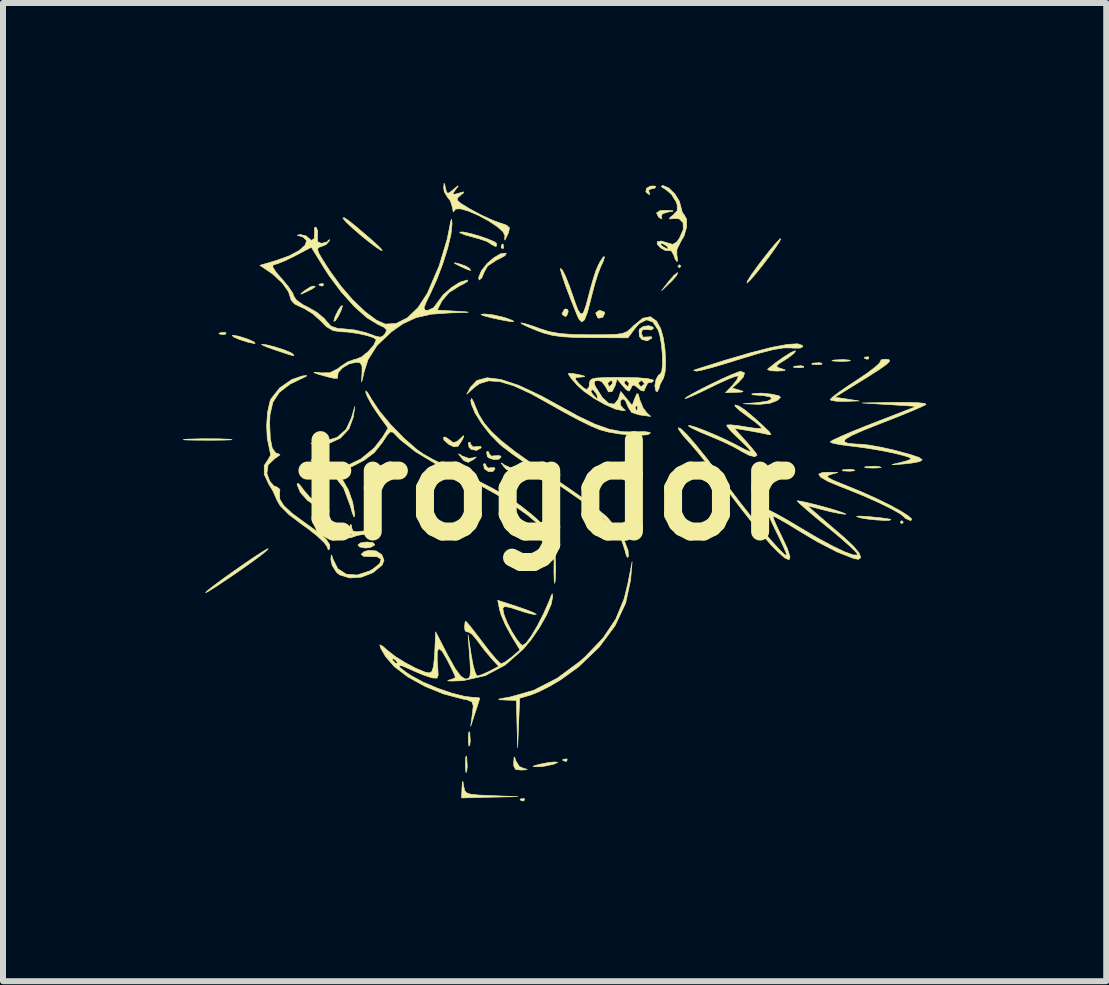
<source format=kicad_pcb>
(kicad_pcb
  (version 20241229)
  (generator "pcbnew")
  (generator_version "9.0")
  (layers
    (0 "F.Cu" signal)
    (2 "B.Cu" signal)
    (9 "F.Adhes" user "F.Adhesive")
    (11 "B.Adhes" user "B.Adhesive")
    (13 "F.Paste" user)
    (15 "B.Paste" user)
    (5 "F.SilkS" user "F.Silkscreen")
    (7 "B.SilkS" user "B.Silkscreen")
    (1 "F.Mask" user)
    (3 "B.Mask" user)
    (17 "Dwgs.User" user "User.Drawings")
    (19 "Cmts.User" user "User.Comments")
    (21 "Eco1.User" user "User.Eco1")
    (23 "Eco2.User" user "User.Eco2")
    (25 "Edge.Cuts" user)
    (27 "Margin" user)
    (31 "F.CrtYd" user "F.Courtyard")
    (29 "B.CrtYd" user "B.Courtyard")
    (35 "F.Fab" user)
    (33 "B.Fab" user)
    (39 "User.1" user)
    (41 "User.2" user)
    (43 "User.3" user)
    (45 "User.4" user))
  (footprint "trogdor"
    (layer "F.Cu")
    (at 6.068 5.123)
    (property "Reference" "trogdor" (at 0 0 0) (layer "F.SilkS") (effects (font (size 1.524 1.524) (thickness 0.3))))
    (attr through_hole)
    (fp_poly (pts (xy 2.235 -3.734) (xy 2.21 -3.708) (xy 2.184 -3.734) (xy 2.21 -3.759) (xy 2.235 -3.734)) (stroke (width 0.01) (type solid)) (fill yes) (layer "F.SilkS"))
    (fp_poly (pts (xy 5.944 0.533) (xy 5.918 0.559) (xy 5.893 0.533) (xy 5.918 0.508) (xy 5.944 0.533)) (stroke (width 0.01) (type solid)) (fill yes) (layer "F.SilkS"))
    (fp_poly (pts (xy -5.348 -2.621) (xy -5.363 -2.598) (xy -5.414 -2.595) (xy -5.469 -2.607) (xy -5.445 -2.626) (xy -5.366 -2.632) (xy -5.348 -2.621)) (stroke (width 0.01) (type solid)) (fill yes) (layer "F.SilkS"))
    (fp_poly (pts (xy -3.725 -3.437) (xy -3.732 -3.407) (xy -3.759 -3.404) (xy -3.801 -3.422) (xy -3.793 -3.437) (xy -3.733 -3.444) (xy -3.725 -3.437)) (stroke (width 0.01) (type solid)) (fill yes) (layer "F.SilkS"))
    (fp_poly (pts (xy -0.728 -4.098) (xy -0.722 -4.038) (xy -0.728 -4.03) (xy -0.758 -4.037) (xy -0.762 -4.064) (xy -0.743 -4.106) (xy -0.728 -4.098)) (stroke (width 0.01) (type solid)) (fill yes) (layer "F.SilkS"))
    (fp_poly (pts (xy -0.373 5.148) (xy -0.38 5.178) (xy -0.406 5.182) (xy -0.448 5.163) (xy -0.44 5.148) (xy -0.38 5.142) (xy -0.373 5.148)) (stroke (width 0.01) (type solid)) (fill yes) (layer "F.SilkS"))
    (fp_poly (pts (xy 0.339 4.487) (xy 0.332 4.518) (xy 0.305 4.521) (xy 0.263 4.503) (xy 0.271 4.487) (xy 0.331 4.481) (xy 0.339 4.487)) (stroke (width 0.01) (type solid)) (fill yes) (layer "F.SilkS"))
    (fp_poly (pts (xy 5.368 -2.218) (xy 5.361 -2.188) (xy 5.334 -2.184) (xy 5.292 -2.203) (xy 5.3 -2.218) (xy 5.36 -2.224) (xy 5.368 -2.218)) (stroke (width 0.01) (type solid)) (fill yes) (layer "F.SilkS"))
    (fp_poly (pts (xy -3.861 -3.394) (xy -3.908 -3.359) (xy -4.013 -3.306) (xy -4.098 -3.268) (xy -4.097 -3.279) (xy -4.042 -3.325) (xy -3.947 -3.386) (xy -3.893 -3.404) (xy -3.861 -3.394)) (stroke (width 0.01) (type solid)) (fill yes) (layer "F.SilkS"))
    (fp_poly (pts (xy -1.336 4.458) (xy -1.327 4.606) (xy -1.336 4.686) (xy -1.348 4.71) (xy -1.356 4.647) (xy -1.358 4.572) (xy -1.354 4.462) (xy -1.344 4.432) (xy -1.336 4.458)) (stroke (width 0.01) (type solid)) (fill yes) (layer "F.SilkS"))
    (fp_poly (pts (xy -1.285 4.052) (xy -1.277 4.184) (xy -1.286 4.255) (xy -1.3 4.267) (xy -1.307 4.194) (xy -1.308 4.14) (xy -1.303 4.042) (xy -1.292 4.027) (xy -1.285 4.052)) (stroke (width 0.01) (type solid)) (fill yes) (layer "F.SilkS"))
    (fp_poly (pts (xy 0.348 -3.011) (xy 0.356 -2.975) (xy 0.329 -2.905) (xy 0.305 -2.896) (xy 0.255 -2.932) (xy 0.254 -2.943) (xy 0.291 -3.012) (xy 0.305 -3.023) (xy 0.348 -3.011)) (stroke (width 0.01) (type solid)) (fill yes) (layer "F.SilkS"))
    (fp_poly (pts (xy 0.957 -2.971) (xy 0.965 -2.949) (xy 0.932 -2.883) (xy 0.866 -2.867) (xy 0.845 -2.88) (xy 0.814 -2.954) (xy 0.869 -2.996) (xy 0.889 -2.997) (xy 0.957 -2.971)) (stroke (width 0.01) (type solid)) (fill yes) (layer "F.SilkS"))
    (fp_poly (pts (xy 2.182 -3.624) (xy 2.163 -3.58) (xy 2.09 -3.496) (xy 2.059 -3.466) (xy 1.914 -3.327) (xy 2.036 -3.486) (xy 2.119 -3.581) (xy 2.174 -3.625) (xy 2.182 -3.624)) (stroke (width 0.01) (type solid)) (fill yes) (layer "F.SilkS"))
    (fp_poly (pts (xy 4.281 -2.065) (xy 4.283 -2.049) (xy 4.203 -2.042) (xy 4.191 -2.042) (xy 4.112 -2.049) (xy 4.12 -2.065) (xy 4.128 -2.067) (xy 4.239 -2.075) (xy 4.281 -2.065)) (stroke (width 0.01) (type solid)) (fill yes) (layer "F.SilkS"))
    (fp_poly (pts (xy 4.586 -2.116) (xy 4.587 -2.099) (xy 4.508 -2.093) (xy 4.496 -2.093) (xy 4.417 -2.1) (xy 4.425 -2.115) (xy 4.433 -2.118) (xy 4.544 -2.125) (xy 4.586 -2.116)) (stroke (width 0.01) (type solid)) (fill yes) (layer "F.SilkS"))
    (fp_poly (pts (xy 5.043 -2.169) (xy 5.063 -2.157) (xy 4.996 -2.15) (xy 4.902 -2.148) (xy 4.787 -2.152) (xy 4.753 -2.161) (xy 4.789 -2.17) (xy 4.939 -2.178) (xy 5.043 -2.169)) (stroke (width 0.01) (type solid)) (fill yes) (layer "F.SilkS"))
    (fp_poly (pts (xy 5.118 -0.34) (xy 5.134 -0.325) (xy 5.064 -0.317) (xy 5.029 -0.317) (xy 4.937 -0.322) (xy 4.926 -0.335) (xy 4.94 -0.34) (xy 5.069 -0.348) (xy 5.118 -0.34)) (stroke (width 0.01) (type solid)) (fill yes) (layer "F.SilkS"))
    (fp_poly (pts (xy 5.55 -0.391) (xy 5.574 -0.379) (xy 5.51 -0.371) (xy 5.436 -0.369) (xy 5.326 -0.373) (xy 5.296 -0.384) (xy 5.321 -0.391) (xy 5.469 -0.4) (xy 5.55 -0.391)) (stroke (width 0.01) (type solid)) (fill yes) (layer "F.SilkS"))
    (fp_poly (pts (xy -1.473 -3.778) (xy -1.357 -3.738) (xy -1.298 -3.703) (xy -1.267 -3.665) (xy -1.309 -3.673) (xy -1.43 -3.727) (xy -1.448 -3.736) (xy -1.538 -3.781) (xy -1.538 -3.792) (xy -1.473 -3.778)) (stroke (width 0.01) (type solid)) (fill yes) (layer "F.SilkS"))
    (fp_poly (pts (xy -3.407 -3.073) (xy -3.431 -2.995) (xy -3.48 -2.896) (xy -3.53 -2.822) (xy -3.552 -2.818) (xy -3.552 -2.819) (xy -3.529 -2.897) (xy -3.48 -2.997) (xy -3.429 -3.071) (xy -3.407 -3.075) (xy -3.407 -3.073)) (stroke (width 0.01) (type solid)) (fill yes) (layer "F.SilkS"))
    (fp_poly (pts (xy -2.893 0.877) (xy -2.869 0.913) (xy -2.87 0.914) (xy -2.94 0.954) (xy -3.026 0.965) (xy -3.12 0.947) (xy -3.15 0.914) (xy -3.105 0.879) (xy -2.999 0.864) (xy -2.994 0.864) (xy -2.893 0.877)) (stroke (width 0.01) (type solid)) (fill yes) (layer "F.SilkS"))
    (fp_poly (pts (xy -0.736 -0.442) (xy -0.701 -0.415) (xy -0.606 -0.375) (xy -0.553 -0.384) (xy -0.516 -0.393) (xy -0.529 -0.363) (xy -0.597 -0.308) (xy -0.679 -0.35) (xy -0.718 -0.394) (xy -0.762 -0.454) (xy -0.736 -0.442)) (stroke (width 0.01) (type solid)) (fill yes) (layer "F.SilkS"))
    (fp_poly (pts (xy 0.182 4.537) (xy 0.143 4.558) (xy 0.102 4.572) (xy -0.051 4.604) (xy -0.152 4.612) (xy -0.229 4.608) (xy -0.214 4.596) (xy -0.127 4.572) (xy 0.018 4.543) (xy 0.127 4.532) (xy 0.182 4.537)) (stroke (width 0.01) (type solid)) (fill yes) (layer "F.SilkS"))
    (fp_poly (pts (xy -3.227 -1.219) (xy -3.3 -1.021) (xy -3.443 -0.867) (xy -3.632 -0.78) (xy -3.747 -0.768) (xy -3.937 -0.775) (xy -3.723 -0.81) (xy -3.498 -0.88) (xy -3.347 -1.013) (xy -3.256 -1.211) (xy -3.202 -1.397) (xy -3.227 -1.219)) (stroke (width 0.01) (type solid)) (fill yes) (layer "F.SilkS"))
    (fp_poly (pts (xy -1.448 -0.595) (xy -1.416 -0.571) (xy -1.304 -0.531) (xy -1.238 -0.537) (xy -1.177 -0.553) (xy -1.205 -0.524) (xy -1.219 -0.514) (xy -1.312 -0.464) (xy -1.381 -0.491) (xy -1.429 -0.546) (xy -1.473 -0.606) (xy -1.448 -0.595)) (stroke (width 0.01) (type solid)) (fill yes) (layer "F.SilkS"))
    (fp_poly (pts (xy -1.273 -0.79) (xy -1.27 -0.765) (xy -1.231 -0.721) (xy -1.168 -0.726) (xy -1.1 -0.729) (xy -1.095 -0.706) (xy -1.171 -0.663) (xy -1.263 -0.681) (xy -1.297 -0.715) (xy -1.309 -0.785) (xy -1.3 -0.799) (xy -1.273 -0.79)) (stroke (width 0.01) (type solid)) (fill yes) (layer "F.SilkS"))
    (fp_poly (pts (xy -0.533 4.46) (xy -0.523 4.505) (xy -0.459 4.607) (xy -0.391 4.638) (xy -0.328 4.654) (xy -0.36 4.663) (xy -0.419 4.667) (xy -0.52 4.658) (xy -0.552 4.596) (xy -0.552 4.534) (xy -0.545 4.449) (xy -0.533 4.46)) (stroke (width 0.01) (type solid)) (fill yes) (layer "F.SilkS"))
    (fp_poly (pts (xy 0.135 1.068) (xy 0.139 1.106) (xy 0.147 1.298) (xy 0.141 1.487) (xy 0.139 1.513) (xy 0.13 1.554) (xy 0.123 1.505) (xy 0.119 1.377) (xy 0.119 1.295) (xy 0.121 1.138) (xy 0.127 1.06) (xy 0.135 1.068)) (stroke (width 0.01) (type solid)) (fill yes) (layer "F.SilkS"))
    (fp_poly (pts (xy -5.136 -2.566) (xy -5 -2.523) (xy -4.978 -2.515) (xy -4.884 -2.472) (xy -4.864 -2.448) (xy -4.877 -2.446) (xy -4.973 -2.464) (xy -5.109 -2.507) (xy -5.131 -2.515) (xy -5.225 -2.557) (xy -5.245 -2.581) (xy -5.232 -2.583) (xy -5.136 -2.566)) (stroke (width 0.01) (type solid)) (fill yes) (layer "F.SilkS"))
    (fp_poly (pts (xy -1.019 -0.434) (xy -1.016 -0.409) (xy -0.98 -0.368) (xy -0.94 -0.374) (xy -0.874 -0.375) (xy -0.864 -0.354) (xy -0.9 -0.311) (xy -0.977 -0.312) (xy -1.042 -0.357) (xy -1.043 -0.359) (xy -1.055 -0.43) (xy -1.046 -0.444) (xy -1.019 -0.434)) (stroke (width 0.01) (type solid)) (fill yes) (layer "F.SilkS"))
    (fp_poly (pts (xy -0.968 -0.637) (xy -0.965 -0.612) (xy -0.926 -0.568) (xy -0.864 -0.574) (xy -0.783 -0.576) (xy -0.762 -0.554) (xy -0.801 -0.516) (xy -0.887 -0.511) (xy -0.969 -0.539) (xy -0.993 -0.562) (xy -1.004 -0.633) (xy -0.996 -0.647) (xy -0.968 -0.637)) (stroke (width 0.01) (type solid)) (fill yes) (layer "F.SilkS"))
    (fp_poly (pts (xy -0.892 -2.922) (xy -0.717 -2.881) (xy -0.686 -2.872) (xy -0.573 -2.83) (xy -0.552 -2.81) (xy -0.617 -2.813) (xy -0.76 -2.839) (xy -0.914 -2.872) (xy -1.055 -2.909) (xy -1.098 -2.93) (xy -1.043 -2.938) (xy -1.041 -2.938) (xy -0.892 -2.922)) (stroke (width 0.01) (type solid)) (fill yes) (layer "F.SilkS"))
    (fp_poly (pts (xy 1.814 -5.061) (xy 1.801 -5.035) (xy 1.758 -5.029) (xy 1.699 -5.007) (xy 1.702 -4.978) (xy 1.715 -4.931) (xy 1.708 -4.928) (xy 1.661 -4.963) (xy 1.651 -4.979) (xy 1.661 -5.032) (xy 1.726 -5.07) (xy 1.798 -5.072) (xy 1.814 -5.061)) (stroke (width 0.01) (type solid)) (fill yes) (layer "F.SilkS"))
    (fp_poly (pts (xy 2.098 -4.66) (xy 2.105 -4.652) (xy 2.02 -4.637) (xy 2.018 -4.637) (xy 1.927 -4.608) (xy 1.907 -4.569) (xy 1.918 -4.523) (xy 1.872 -4.546) (xy 1.863 -4.555) (xy 1.829 -4.623) (xy 1.888 -4.661) (xy 1.994 -4.666) (xy 2.098 -4.66)) (stroke (width 0.01) (type solid)) (fill yes) (layer "F.SilkS"))
    (fp_poly (pts (xy -5.476 -0.856) (xy -5.319 -0.85) (xy -5.25 -0.844) (xy -5.275 -0.839) (xy -5.384 -0.835) (xy -5.569 -0.833) (xy -5.664 -0.833) (xy -5.875 -0.834) (xy -6.011 -0.837) (xy -6.063 -0.842) (xy -6.025 -0.848) (xy -5.98 -0.851) (xy -5.737 -0.857) (xy -5.476 -0.856)) (stroke (width 0.01) (type solid)) (fill yes) (layer "F.SilkS"))
    (fp_poly (pts (xy -4.668 -2.422) (xy -4.53 -2.387) (xy -4.383 -2.34) (xy -4.273 -2.295) (xy -4.244 -2.277) (xy -4.216 -2.25) (xy -4.226 -2.243) (xy -4.291 -2.259) (xy -4.428 -2.304) (xy -4.521 -2.335) (xy -4.662 -2.385) (xy -4.746 -2.421) (xy -4.756 -2.433) (xy -4.668 -2.422)) (stroke (width 0.01) (type solid)) (fill yes) (layer "F.SilkS"))
    (fp_poly (pts (xy -1.387 -0.889) (xy -1.418 -0.826) (xy -1.48 -0.733) (xy -1.551 -0.723) (xy -1.638 -0.766) (xy -1.712 -0.833) (xy -1.727 -0.874) (xy -1.697 -0.888) (xy -1.635 -0.847) (xy -1.559 -0.792) (xy -1.497 -0.811) (xy -1.452 -0.852) (xy -1.388 -0.909) (xy -1.387 -0.889)) (stroke (width 0.01) (type solid)) (fill yes) (layer "F.SilkS"))
    (fp_poly (pts (xy -1.386 4.938) (xy -1.372 5.005) (xy -1.341 5.046) (xy -1.271 5.07) (xy -1.143 5.083) (xy -0.935 5.093) (xy -0.924 5.093) (xy -0.483 5.11) (xy -0.953 5.12) (xy -1.422 5.131) (xy -1.415 4.966) (xy -1.408 4.863) (xy -1.4 4.857) (xy -1.386 4.938)) (stroke (width 0.01) (type solid)) (fill yes) (layer "F.SilkS"))
    (fp_poly (pts (xy 5.364 0.441) (xy 5.385 0.443) (xy 5.557 0.46) (xy 5.684 0.477) (xy 5.736 0.489) (xy 5.713 0.503) (xy 5.62 0.504) (xy 5.487 0.496) (xy 5.345 0.481) (xy 5.224 0.46) (xy 5.207 0.455) (xy 5.164 0.437) (xy 5.218 0.432) (xy 5.364 0.441)) (stroke (width 0.01) (type solid)) (fill yes) (layer "F.SilkS"))
    (fp_poly (pts (xy -3.31 -4.498) (xy -3.183 -4.396) (xy -2.991 -4.233) (xy -2.903 -4.156) (xy -2.787 -4.049) (xy -2.744 -3.998) (xy -2.766 -4) (xy -2.845 -4.05) (xy -2.971 -4.145) (xy -3.083 -4.235) (xy -3.23 -4.362) (xy -3.341 -4.466) (xy -3.397 -4.53) (xy -3.4 -4.538) (xy -3.38 -4.543) (xy -3.31 -4.498)) (stroke (width 0.01) (type solid)) (fill yes) (layer "F.SilkS"))
    (fp_poly (pts (xy -0.676 -3.945) (xy -0.7 -3.91) (xy -0.793 -3.858) (xy -0.831 -3.842) (xy -0.988 -3.739) (xy -1.045 -3.636) (xy -1.086 -3.539) (xy -1.128 -3.505) (xy -1.138 -3.543) (xy -1.1 -3.637) (xy -1.082 -3.67) (xy -0.994 -3.781) (xy -0.88 -3.878) (xy -0.769 -3.942) (xy -0.688 -3.952) (xy -0.676 -3.945)) (stroke (width 0.01) (type solid)) (fill yes) (layer "F.SilkS"))
    (fp_poly (pts (xy -4.089 -0.05) (xy -4.066 -0.015) (xy -3.954 0.116) (xy -3.804 0.232) (xy -3.774 0.249) (xy -3.669 0.311) (xy -3.626 0.348) (xy -3.632 0.353) (xy -3.709 0.333) (xy -3.827 0.281) (xy -3.835 0.277) (xy -3.992 0.169) (xy -4.11 0.037) (xy -4.163 -0.088) (xy -4.164 -0.102) (xy -4.143 -0.113) (xy -4.089 -0.05)) (stroke (width 0.01) (type solid)) (fill yes) (layer "F.SilkS"))
    (fp_poly (pts (xy -1.272 -4.279) (xy -1.122 -4.236) (xy -0.977 -4.186) (xy -0.871 -4.139) (xy -0.838 -4.114) (xy -0.841 -4.068) (xy -0.858 -4.064) (xy -0.93 -4.101) (xy -0.937 -4.11) (xy -0.999 -4.147) (xy -1.126 -4.191) (xy -1.222 -4.217) (xy -1.361 -4.256) (xy -1.443 -4.289) (xy -1.454 -4.303) (xy -1.394 -4.305) (xy -1.272 -4.279)) (stroke (width 0.01) (type solid)) (fill yes) (layer "F.SilkS"))
    (fp_poly (pts (xy 3.881 -4.148) (xy 3.814 -4.046) (xy 3.716 -3.909) (xy 3.603 -3.76) (xy 3.492 -3.621) (xy 3.4 -3.513) (xy 3.344 -3.46) (xy 3.337 -3.457) (xy 3.348 -3.493) (xy 3.411 -3.591) (xy 3.514 -3.735) (xy 3.589 -3.834) (xy 3.716 -3.996) (xy 3.82 -4.119) (xy 3.885 -4.187) (xy 3.899 -4.195) (xy 3.881 -4.148)) (stroke (width 0.01) (type solid)) (fill yes) (layer "F.SilkS"))
    (fp_poly (pts (xy 1.769 -2.719) (xy 1.778 -2.697) (xy 1.738 -2.671) (xy 1.676 -2.678) (xy 1.594 -2.675) (xy 1.575 -2.616) (xy 1.603 -2.552) (xy 1.676 -2.555) (xy 1.745 -2.558) (xy 1.75 -2.535) (xy 1.675 -2.491) (xy 1.585 -2.512) (xy 1.543 -2.563) (xy 1.537 -2.661) (xy 1.548 -2.69) (xy 1.612 -2.731) (xy 1.702 -2.742) (xy 1.769 -2.719)) (stroke (width 0.01) (type solid)) (fill yes) (layer "F.SilkS"))
    (fp_poly (pts (xy 4.146 -2.322) (xy 4.123 -2.284) (xy 4.035 -2.215) (xy 3.98 -2.179) (xy 3.865 -2.106) (xy 3.828 -2.066) (xy 3.862 -2.042) (xy 3.913 -2.026) (xy 3.976 -2.004) (xy 3.953 -1.992) (xy 3.838 -1.986) (xy 3.725 -1.992) (xy 3.68 -2.012) (xy 3.686 -2.022) (xy 3.818 -2.127) (xy 3.955 -2.223) (xy 4.07 -2.295) (xy 4.139 -2.324) (xy 4.146 -2.322)) (stroke (width 0.01) (type solid)) (fill yes) (layer "F.SilkS"))
    (fp_poly (pts (xy -4.677 1.011) (xy -4.777 1.092) (xy -4.932 1.206) (xy -5.125 1.343) (xy -5.157 1.365) (xy -5.357 1.501) (xy -5.522 1.61) (xy -5.638 1.683) (xy -5.689 1.71) (xy -5.69 1.709) (xy -5.651 1.67) (xy -5.548 1.589) (xy -5.401 1.48) (xy -5.227 1.356) (xy -5.047 1.23) (xy -4.88 1.117) (xy -4.746 1.03) (xy -4.662 0.981) (xy -4.645 0.977) (xy -4.677 1.011)) (stroke (width 0.01) (type solid)) (fill yes) (layer "F.SilkS"))
    (fp_poly (pts (xy 3.742 -1.602) (xy 3.753 -1.6) (xy 3.868 -1.574) (xy 3.896 -1.548) (xy 3.851 -1.504) (xy 3.838 -1.494) (xy 3.721 -1.449) (xy 3.552 -1.431) (xy 3.508 -1.432) (xy 3.277 -1.441) (xy 3.518 -1.46) (xy 3.679 -1.485) (xy 3.75 -1.52) (xy 3.727 -1.554) (xy 3.609 -1.578) (xy 3.543 -1.582) (xy 3.434 -1.59) (xy 3.416 -1.603) (xy 3.448 -1.612) (xy 3.582 -1.618) (xy 3.742 -1.602)) (stroke (width 0.01) (type solid)) (fill yes) (layer "F.SilkS"))
    (fp_poly (pts (xy 4.261 -2.413) (xy 4.267 -2.392) (xy 4.223 -2.369) (xy 4.113 -2.368) (xy 4.075 -2.372) (xy 3.946 -2.372) (xy 3.766 -2.342) (xy 3.52 -2.278) (xy 3.23 -2.19) (xy 2.983 -2.113) (xy 2.766 -2.049) (xy 2.599 -2.005) (xy 2.504 -1.986) (xy 2.495 -1.985) (xy 2.45 -1.996) (xy 2.464 -2.006) (xy 2.975 -2.168) (xy 3.404 -2.293) (xy 3.749 -2.381) (xy 4.009 -2.43) (xy 4.18 -2.441) (xy 4.261 -2.413)) (stroke (width 0.01) (type solid)) (fill yes) (layer "F.SilkS"))
    (fp_poly (pts (xy 5.704 -2.178) (xy 5.716 -2.152) (xy 5.667 -2.101) (xy 5.549 -2.017) (xy 5.355 -1.892) (xy 5.248 -1.826) (xy 4.801 -1.55) (xy 5.207 -1.488) (xy 4.966 -1.48) (xy 4.825 -1.483) (xy 4.738 -1.499) (xy 4.724 -1.511) (xy 4.765 -1.553) (xy 4.873 -1.635) (xy 5.031 -1.744) (xy 5.154 -1.824) (xy 5.332 -1.944) (xy 5.468 -2.046) (xy 5.546 -2.117) (xy 5.558 -2.142) (xy 5.578 -2.175) (xy 5.639 -2.184) (xy 5.704 -2.178)) (stroke (width 0.01) (type solid)) (fill yes) (layer "F.SilkS"))
    (fp_poly (pts (xy -3.256 0.595) (xy -3.255 0.623) (xy -3.236 0.679) (xy -3.169 0.694) (xy -3.055 0.681) (xy -2.92 0.669) (xy -2.85 0.697) (xy -2.826 0.738) (xy -2.811 0.798) (xy -2.853 0.776) (xy -2.868 0.764) (xy -2.982 0.726) (xy -3.159 0.754) (xy -3.272 0.793) (xy -3.338 0.799) (xy -3.349 0.78) (xy -3.337 0.737) (xy -3.302 0.737) (xy -3.277 0.762) (xy -3.251 0.737) (xy -3.277 0.711) (xy -3.302 0.737) (xy -3.337 0.737) (xy -3.328 0.702) (xy -3.302 0.635) (xy -3.268 0.569) (xy -3.256 0.595)) (stroke (width 0.01) (type solid)) (fill yes) (layer "F.SilkS"))
    (fp_poly (pts (xy -2.846 1.013) (xy -2.753 1.076) (xy -2.715 1.167) (xy -2.745 1.247) (xy -2.901 1.376) (xy -3.092 1.45) (xy -3.285 1.464) (xy -3.452 1.413) (xy -3.505 1.372) (xy -3.579 1.256) (xy -3.601 1.156) (xy -3.594 1.08) (xy -3.581 1.101) (xy -3.57 1.143) (xy -3.487 1.309) (xy -3.345 1.401) (xy -3.163 1.415) (xy -2.956 1.348) (xy -2.905 1.319) (xy -2.788 1.226) (xy -2.763 1.152) (xy -2.828 1.11) (xy -2.939 1.108) (xy -3.058 1.102) (xy -3.096 1.068) (xy -3.047 1.025) (xy -2.973 1.004) (xy -2.846 1.013)) (stroke (width 0.01) (type solid)) (fill yes) (layer "F.SilkS"))
    (fp_poly (pts (xy 1.396 1.499) (xy 1.314 1.883) (xy 1.137 2.259) (xy 0.873 2.616) (xy 0.53 2.944) (xy 0.235 3.158) (xy 0.05 3.268) (xy -0.132 3.36) (xy -0.261 3.412) (xy -0.453 3.469) (xy -0.47 3.881) (xy -0.487 4.293) (xy -0.508 3.505) (xy -0.699 3.499) (xy -0.793 3.494) (xy -0.804 3.485) (xy -0.726 3.468) (xy -0.61 3.448) (xy -0.222 3.338) (xy 0.171 3.137) (xy 0.555 2.853) (xy 0.643 2.774) (xy 0.939 2.464) (xy 1.149 2.15) (xy 1.29 1.808) (xy 1.351 1.558) (xy 1.422 1.194) (xy 1.396 1.499)) (stroke (width 0.01) (type solid)) (fill yes) (layer "F.SilkS"))
    (fp_poly (pts (xy 4.851 -0.295) (xy 4.729 -0.26) (xy 4.68 -0.239) (xy 4.689 -0.21) (xy 4.77 -0.167) (xy 4.932 -0.1) (xy 4.983 -0.08) (xy 5.239 0.025) (xy 5.483 0.134) (xy 5.704 0.242) (xy 5.886 0.34) (xy 6.017 0.422) (xy 6.083 0.479) (xy 6.071 0.506) (xy 6.061 0.506) (xy 5.98 0.471) (xy 5.968 0.456) (xy 5.897 0.397) (xy 5.748 0.312) (xy 5.538 0.209) (xy 5.285 0.096) (xy 5.007 -0.017) (xy 4.914 -0.053) (xy 4.694 -0.144) (xy 4.566 -0.216) (xy 4.533 -0.267) (xy 4.595 -0.295) (xy 4.724 -0.299) (xy 4.851 -0.295)) (stroke (width 0.01) (type solid)) (fill yes) (layer "F.SilkS"))
    (fp_poly (pts (xy 3.297 -1.955) (xy 3.274 -1.884) (xy 3.196 -1.799) (xy 3.089 -1.703) (xy 3.208 -1.669) (xy 3.272 -1.647) (xy 3.249 -1.636) (xy 3.153 -1.631) (xy 2.979 -1.626) (xy 3.099 -1.752) (xy 3.171 -1.844) (xy 3.194 -1.902) (xy 3.191 -1.906) (xy 3.137 -1.896) (xy 3.015 -1.849) (xy 2.846 -1.772) (xy 2.757 -1.728) (xy 2.571 -1.638) (xy 2.419 -1.569) (xy 2.323 -1.531) (xy 2.305 -1.528) (xy 2.328 -1.55) (xy 2.426 -1.607) (xy 2.581 -1.689) (xy 2.714 -1.756) (xy 2.914 -1.852) (xy 3.083 -1.927) (xy 3.2 -1.973) (xy 3.235 -1.981) (xy 3.297 -1.955)) (stroke (width 0.01) (type solid)) (fill yes) (layer "F.SilkS"))
    (fp_poly (pts (xy -0.766 -1.846) (xy -0.468 -1.747) (xy -0.103 -1.576) (xy 0.175 -1.424) (xy 0.519 -1.235) (xy 0.801 -1.101) (xy 1.039 -1.017) (xy 1.252 -0.975) (xy 1.458 -0.97) (xy 1.496 -0.973) (xy 1.633 -0.976) (xy 1.716 -0.964) (xy 1.727 -0.953) (xy 1.682 -0.925) (xy 1.563 -0.915) (xy 1.396 -0.92) (xy 1.209 -0.938) (xy 1.027 -0.969) (xy 0.886 -1.007) (xy 0.737 -1.069) (xy 0.531 -1.17) (xy 0.296 -1.295) (xy 0.098 -1.407) (xy -0.259 -1.606) (xy -0.55 -1.74) (xy -0.784 -1.811) (xy -0.972 -1.823) (xy -1.123 -1.777) (xy -1.21 -1.714) (xy -1.335 -1.6) (xy -1.275 -1.714) (xy -1.167 -1.829) (xy -0.998 -1.874) (xy -0.766 -1.846)) (stroke (width 0.01) (type solid)) (fill yes) (layer "F.SilkS"))
    (fp_poly (pts (xy 0.962 -3.891) (xy 0.942 -3.821) (xy 0.895 -3.719) (xy 0.85 -3.603) (xy 0.795 -3.424) (xy 0.741 -3.217) (xy 0.734 -3.188) (xy 0.677 -2.967) (xy 0.628 -2.841) (xy 0.583 -2.804) (xy 0.537 -2.849) (xy 0.509 -2.908) (xy 0.404 -3.17) (xy 0.318 -3.395) (xy 0.258 -3.569) (xy 0.228 -3.674) (xy 0.227 -3.699) (xy 0.258 -3.671) (xy 0.311 -3.566) (xy 0.376 -3.403) (xy 0.446 -3.203) (xy 0.455 -3.175) (xy 0.517 -3.006) (xy 0.567 -2.935) (xy 0.61 -2.959) (xy 0.652 -3.076) (xy 0.657 -3.092) (xy 0.725 -3.352) (xy 0.777 -3.533) (xy 0.818 -3.658) (xy 0.856 -3.748) (xy 0.888 -3.81) (xy 0.943 -3.891) (xy 0.962 -3.891)) (stroke (width 0.01) (type solid)) (fill yes) (layer "F.SilkS"))
    (fp_poly (pts (xy -1.22 -1.468) (xy -1.199 -1.414) (xy -1.134 -1.261) (xy -1.045 -1.117) (xy -0.922 -0.973) (xy -0.755 -0.819) (xy -0.533 -0.644) (xy -0.244 -0.44) (xy 0.121 -0.195) (xy 0.146 -0.179) (xy 0.395 -0.011) (xy 0.63 0.156) (xy 0.83 0.306) (xy 0.974 0.423) (xy 1.016 0.463) (xy 1.172 0.65) (xy 1.289 0.839) (xy 1.354 1.006) (xy 1.36 1.107) (xy 1.34 1.12) (xy 1.313 1.049) (xy 1.304 1.007) (xy 1.256 0.859) (xy 1.168 0.708) (xy 1.03 0.549) (xy 0.834 0.372) (xy 0.573 0.171) (xy 0.237 -0.062) (xy -0.154 -0.316) (xy -0.365 -0.456) (xy -0.568 -0.598) (xy -0.73 -0.721) (xy -0.785 -0.766) (xy -0.942 -0.925) (xy -1.085 -1.108) (xy -1.197 -1.288) (xy -1.26 -1.439) (xy -1.268 -1.496) (xy -1.254 -1.53) (xy -1.22 -1.468)) (stroke (width 0.01) (type solid)) (fill yes) (layer "F.SilkS"))
    (fp_poly (pts (xy -1.702 -5.093) (xy -1.691 -5.038) (xy -1.669 -4.957) (xy -1.631 -4.955) (xy -1.559 -5.012) (xy -1.485 -5.074) (xy -1.479 -5.069) (xy -1.524 -5.009) (xy -1.57 -4.942) (xy -1.541 -4.932) (xy -1.473 -4.951) (xy -1.387 -4.974) (xy -1.391 -4.956) (xy -1.445 -4.914) (xy -1.492 -4.87) (xy -1.491 -4.83) (xy -1.429 -4.777) (xy -1.291 -4.694) (xy -1.267 -4.68) (xy -1.083 -4.582) (xy -0.901 -4.499) (xy -0.8 -4.462) (xy -0.672 -4.418) (xy -0.623 -4.374) (xy -0.637 -4.301) (xy -0.664 -4.242) (xy -0.699 -4.17) (xy -0.704 -4.19) (xy -0.698 -4.241) (xy -0.732 -4.311) (xy -0.833 -4.399) (xy -0.977 -4.494) (xy -1.142 -4.582) (xy -1.303 -4.652) (xy -1.437 -4.691) (xy -1.52 -4.688) (xy -1.533 -4.674) (xy -1.56 -4.638) (xy -1.571 -4.698) (xy -1.571 -4.705) (xy -1.608 -4.824) (xy -1.651 -4.877) (xy -1.711 -4.977) (xy -1.72 -5.048) (xy -1.713 -5.118) (xy -1.702 -5.093)) (stroke (width 0.01) (type solid)) (fill yes) (layer "F.SilkS"))
    (fp_poly (pts (xy 1.83 -2.819) (xy 1.899 -2.691) (xy 1.942 -2.537) (xy 1.97 -2.346) (xy 1.98 -2.149) (xy 1.973 -1.98) (xy 1.946 -1.868) (xy 1.935 -1.852) (xy 1.888 -1.764) (xy 1.871 -1.702) (xy 1.843 -1.641) (xy 1.817 -1.655) (xy 1.801 -1.74) (xy 1.82 -1.844) (xy 1.861 -1.919) (xy 1.886 -1.93) (xy 1.915 -1.976) (xy 1.929 -2.092) (xy 1.927 -2.251) (xy 1.912 -2.424) (xy 1.884 -2.581) (xy 1.857 -2.669) (xy 1.768 -2.804) (xy 1.661 -2.841) (xy 1.541 -2.779) (xy 1.465 -2.692) (xy 1.352 -2.54) (xy 0.74 -2.543) (xy 0.458 -2.547) (xy 0.25 -2.559) (xy 0.087 -2.583) (xy -0.059 -2.622) (xy -0.178 -2.666) (xy -0.324 -2.727) (xy -0.416 -2.772) (xy -0.432 -2.79) (xy -0.359 -2.775) (xy -0.226 -2.733) (xy -0.114 -2.692) (xy 0.043 -2.643) (xy 0.216 -2.612) (xy 0.434 -2.595) (xy 0.726 -2.591) (xy 0.728 -2.591) (xy 0.976 -2.592) (xy 1.146 -2.597) (xy 1.257 -2.612) (xy 1.333 -2.641) (xy 1.394 -2.689) (xy 1.448 -2.743) (xy 1.599 -2.867) (xy 1.726 -2.892) (xy 1.83 -2.819)) (stroke (width 0.01) (type solid)) (fill yes) (layer "F.SilkS"))
    (fp_poly (pts (xy 2.033 -5.038) (xy 2.134 -4.939) (xy 2.21 -4.816) (xy 2.235 -4.721) (xy 2.26 -4.626) (xy 2.286 -4.597) (xy 2.331 -4.517) (xy 2.33 -4.386) (xy 2.289 -4.243) (xy 2.238 -4.155) (xy 2.168 -4.014) (xy 2.168 -3.92) (xy 2.18 -3.834) (xy 2.171 -3.81) (xy 2.14 -3.852) (xy 2.118 -3.917) (xy 2.078 -3.989) (xy 2.043 -3.995) (xy 1.976 -3.996) (xy 1.896 -4.041) (xy 1.847 -4.094) (xy 1.895 -4.094) (xy 1.93 -4.064) (xy 2.011 -4.018) (xy 2.022 -4.036) (xy 2.007 -4.064) (xy 1.932 -4.112) (xy 1.915 -4.114) (xy 1.895 -4.094) (xy 1.847 -4.094) (xy 1.84 -4.101) (xy 1.841 -4.144) (xy 1.91 -4.154) (xy 2.002 -4.126) (xy 2.099 -4.098) (xy 2.166 -4.138) (xy 2.209 -4.197) (xy 2.274 -4.343) (xy 2.272 -4.459) (xy 2.207 -4.524) (xy 2.134 -4.53) (xy 2.046 -4.522) (xy 2.052 -4.545) (xy 2.107 -4.588) (xy 2.174 -4.661) (xy 2.174 -4.754) (xy 2.157 -4.807) (xy 2.077 -4.935) (xy 1.98 -5.015) (xy 1.907 -5.061) (xy 1.929 -5.079) (xy 1.939 -5.079) (xy 2.033 -5.038)) (stroke (width 0.01) (type solid)) (fill yes) (layer "F.SilkS"))
    (fp_poly (pts (xy 6.203 -1.457) (xy 6.304 -1.445) (xy 6.322 -1.43) (xy 6.26 -1.397) (xy 6.12 -1.336) (xy 5.922 -1.254) (xy 5.683 -1.159) (xy 5.569 -1.115) (xy 5.28 -1) (xy 5.083 -0.913) (xy 4.977 -0.85) (xy 4.957 -0.807) (xy 5.02 -0.781) (xy 5.163 -0.768) (xy 5.237 -0.766) (xy 5.375 -0.751) (xy 5.572 -0.716) (xy 5.787 -0.668) (xy 5.817 -0.66) (xy 6.061 -0.594) (xy 6.208 -0.544) (xy 6.259 -0.506) (xy 6.217 -0.477) (xy 6.083 -0.452) (xy 5.943 -0.437) (xy 5.802 -0.425) (xy 5.757 -0.425) (xy 5.805 -0.44) (xy 5.855 -0.451) (xy 5.986 -0.484) (xy 6.067 -0.515) (xy 6.075 -0.521) (xy 6.047 -0.546) (xy 5.939 -0.58) (xy 5.772 -0.621) (xy 5.568 -0.662) (xy 5.347 -0.699) (xy 5.131 -0.729) (xy 5.067 -0.736) (xy 4.896 -0.758) (xy 4.773 -0.782) (xy 4.724 -0.804) (xy 4.724 -0.805) (xy 4.769 -0.834) (xy 4.893 -0.892) (xy 5.079 -0.972) (xy 5.31 -1.066) (xy 5.444 -1.118) (xy 6.163 -1.397) (xy 5.71 -1.426) (xy 5.258 -1.454) (xy 5.814 -1.464) (xy 6.034 -1.464) (xy 6.203 -1.457)) (stroke (width 0.01) (type solid)) (fill yes) (layer "F.SilkS"))
    (fp_poly (pts (xy -4.007 -1.902) (xy -4.013 -1.899) (xy -4.281 -1.769) (xy -4.461 -1.631) (xy -4.568 -1.467) (xy -4.616 -1.259) (xy -4.622 -1.112) (xy -4.611 -0.86) (xy -4.578 -0.699) (xy -4.521 -0.62) (xy -4.477 -0.608) (xy -4.45 -0.589) (xy -4.516 -0.54) (xy -4.534 -0.53) (xy -4.648 -0.423) (xy -4.668 -0.279) (xy -4.621 -0.149) (xy -4.55 -0.07) (xy -4.499 -0.051) (xy -4.451 -0.013) (xy -4.456 0.052) (xy -4.453 0.15) (xy -4.387 0.257) (xy -4.248 0.387) (xy -4.028 0.548) (xy -4.011 0.56) (xy -3.804 0.709) (xy -3.677 0.822) (xy -3.62 0.91) (xy -3.62 0.976) (xy -3.645 0.995) (xy -3.663 0.944) (xy -3.712 0.873) (xy -3.826 0.766) (xy -3.984 0.641) (xy -4.064 0.585) (xy -4.301 0.406) (xy -4.446 0.26) (xy -4.496 0.174) (xy -4.565 0.017) (xy -4.636 -0.1) (xy -4.712 -0.263) (xy -4.712 -0.411) (xy -4.651 -0.506) (xy -4.604 -0.585) (xy -4.626 -0.693) (xy -4.662 -0.864) (xy -4.672 -1.081) (xy -4.656 -1.301) (xy -4.616 -1.48) (xy -4.598 -1.523) (xy -4.454 -1.705) (xy -4.252 -1.845) (xy -4.086 -1.902) (xy -4.006 -1.913) (xy -4.007 -1.902)) (stroke (width 0.01) (type solid)) (fill yes) (layer "F.SilkS"))
    (fp_poly (pts (xy 3.205 -1.401) (xy 3.309 -1.332) (xy 3.461 -1.204) (xy 3.602 -1.075) (xy 3.706 -0.976) (xy 3.738 -0.931) (xy 3.706 -0.925) (xy 3.658 -0.935) (xy 3.522 -0.964) (xy 3.354 -0.994) (xy 3.327 -0.999) (xy 3.124 -1.032) (xy 3.315 -0.821) (xy 3.419 -0.701) (xy 3.488 -0.614) (xy 3.505 -0.584) (xy 3.468 -0.558) (xy 3.371 -0.582) (xy 3.242 -0.65) (xy 3.226 -0.661) (xy 3.1 -0.731) (xy 2.919 -0.817) (xy 2.728 -0.898) (xy 2.556 -0.969) (xy 2.425 -1.031) (xy 2.361 -1.07) (xy 2.359 -1.072) (xy 2.385 -1.078) (xy 2.481 -1.05) (xy 2.626 -0.996) (xy 2.796 -0.925) (xy 2.971 -0.847) (xy 3.129 -0.769) (xy 3.178 -0.743) (xy 3.305 -0.676) (xy 3.387 -0.643) (xy 3.404 -0.644) (xy 3.369 -0.691) (xy 3.28 -0.782) (xy 3.19 -0.867) (xy 3.078 -0.976) (xy 3.01 -1.057) (xy 2.999 -1.086) (xy 3.058 -1.09) (xy 3.184 -1.077) (xy 3.295 -1.059) (xy 3.448 -1.035) (xy 3.556 -1.026) (xy 3.586 -1.029) (xy 3.558 -1.066) (xy 3.467 -1.142) (xy 3.34 -1.235) (xy 3.214 -1.329) (xy 3.141 -1.397) (xy 3.136 -1.422) (xy 3.205 -1.401)) (stroke (width 0.01) (type solid)) (fill yes) (layer "F.SilkS"))
    (fp_poly (pts (xy -2.977 -1.609) (xy -2.928 -1.524) (xy -2.792 -1.318) (xy -2.6 -1.088) (xy -2.381 -0.864) (xy -2.166 -0.677) (xy -2.057 -0.6) (xy -1.915 -0.52) (xy -1.715 -0.42) (xy -1.495 -0.317) (xy -1.428 -0.288) (xy -1.175 -0.169) (xy -0.901 -0.028) (xy -0.661 0.11) (xy -0.634 0.126) (xy -0.431 0.265) (xy -0.239 0.418) (xy -0.075 0.569) (xy 0.044 0.701) (xy 0.1 0.798) (xy 0.102 0.813) (xy 0.095 0.855) (xy 0.067 0.836) (xy 0.005 0.745) (xy -0.025 0.697) (xy -0.137 0.57) (xy -0.322 0.415) (xy -0.563 0.244) (xy -0.84 0.07) (xy -1.135 -0.094) (xy -1.429 -0.237) (xy -1.47 -0.255) (xy -1.861 -0.444) (xy -2.191 -0.642) (xy -2.443 -0.841) (xy -2.51 -0.909) (xy -2.567 -0.967) (xy -2.612 -0.972) (xy -2.665 -0.915) (xy -2.746 -0.791) (xy -2.876 -0.628) (xy -3.048 -0.498) (xy -3.191 -0.423) (xy -3.494 -0.277) (xy -3.399 -0.16) (xy -3.308 -0.001) (xy -3.237 0.204) (xy -3.205 0.398) (xy -3.205 0.432) (xy -3.217 0.445) (xy -3.245 0.375) (xy -3.272 0.275) (xy -3.389 -0.039) (xy -3.567 -0.271) (xy -3.78 -0.411) (xy -3.888 -0.466) (xy -3.932 -0.501) (xy -3.922 -0.507) (xy -3.834 -0.486) (xy -3.71 -0.432) (xy -3.698 -0.426) (xy -3.566 -0.375) (xy -3.437 -0.379) (xy -3.347 -0.402) (xy -3.104 -0.518) (xy -2.88 -0.702) (xy -2.739 -0.883) (xy -2.647 -1.035) (xy -2.815 -1.267) (xy -2.917 -1.42) (xy -2.993 -1.561) (xy -3.018 -1.626) (xy -3.016 -1.658) (xy -2.977 -1.609)) (stroke (width 0.01) (type solid)) (fill yes) (layer "F.SilkS"))
    (fp_poly (pts (xy 2.24 -1.02) (xy 2.338 -0.923) (xy 2.482 -0.757) (xy 2.665 -0.53) (xy 2.88 -0.25) (xy 3.047 -0.025) (xy 3.217 0.2) (xy 3.396 0.426) (xy 3.57 0.64) (xy 3.729 0.827) (xy 3.862 0.974) (xy 3.956 1.068) (xy 4.001 1.096) (xy 4.002 1.095) (xy 3.989 1.045) (xy 3.939 0.927) (xy 3.862 0.764) (xy 3.835 0.711) (xy 3.752 0.539) (xy 3.694 0.405) (xy 3.671 0.331) (xy 3.672 0.324) (xy 3.721 0.341) (xy 3.839 0.402) (xy 4.008 0.497) (xy 4.211 0.618) (xy 4.222 0.625) (xy 4.514 0.797) (xy 4.766 0.933) (xy 4.967 1.029) (xy 5.107 1.08) (xy 5.176 1.082) (xy 5.182 1.069) (xy 5.144 1.021) (xy 5.042 0.923) (xy 4.89 0.789) (xy 4.703 0.633) (xy 4.67 0.607) (xy 4.481 0.452) (xy 4.326 0.32) (xy 4.219 0.226) (xy 4.175 0.179) (xy 4.175 0.177) (xy 4.228 0.183) (xy 4.355 0.211) (xy 4.534 0.256) (xy 4.623 0.28) (xy 4.804 0.332) (xy 4.93 0.374) (xy 4.984 0.398) (xy 4.978 0.402) (xy 4.889 0.391) (xy 4.74 0.361) (xy 4.623 0.332) (xy 4.343 0.259) (xy 4.5 0.396) (xy 4.62 0.5) (xy 4.782 0.639) (xy 4.944 0.778) (xy 5.105 0.927) (xy 5.204 1.045) (xy 5.235 1.124) (xy 5.195 1.153) (xy 5.118 1.139) (xy 4.84 1.03) (xy 4.512 0.861) (xy 4.191 0.67) (xy 4.014 0.561) (xy 3.872 0.48) (xy 3.786 0.436) (xy 3.769 0.431) (xy 3.782 0.481) (xy 3.831 0.596) (xy 3.907 0.752) (xy 3.911 0.761) (xy 4.012 0.977) (xy 4.054 1.111) (xy 4.038 1.161) (xy 3.965 1.128) (xy 3.834 1.011) (xy 3.737 0.91) (xy 3.59 0.741) (xy 3.406 0.518) (xy 3.209 0.268) (xy 3.021 0.019) (xy 3.007 0) (xy 2.832 -0.233) (xy 2.659 -0.456) (xy 2.504 -0.647) (xy 2.388 -0.782) (xy 2.372 -0.799) (xy 2.266 -0.918) (xy 2.202 -1.007) (xy 2.193 -1.042) (xy 2.24 -1.02)) (stroke (width 0.01) (type solid)) (fill yes) (layer "F.SilkS"))
    (fp_poly (pts (xy 0.532 -1.927) (xy 0.533 -1.927) (xy 0.627 -1.902) (xy 0.627 -1.891) (xy 0.564 -1.886) (xy 0.48 -1.876) (xy 0.48 -1.841) (xy 0.533 -1.778) (xy 0.616 -1.702) (xy 0.668 -1.676) (xy 0.703 -1.719) (xy 0.711 -1.778) (xy 0.718 -1.823) (xy 0.75 -1.853) (xy 0.825 -1.87) (xy 0.962 -1.877) (xy 1.178 -1.88) (xy 1.245 -1.88) (xy 1.508 -1.875) (xy 1.686 -1.86) (xy 1.771 -1.837) (xy 1.778 -1.826) (xy 1.747 -1.794) (xy 1.731 -1.801) (xy 1.681 -1.784) (xy 1.65 -1.724) (xy 1.617 -1.652) (xy 1.569 -1.663) (xy 1.526 -1.7) (xy 1.455 -1.755) (xy 1.419 -1.736) (xy 1.403 -1.699) (xy 1.372 -1.651) (xy 1.324 -1.675) (xy 1.271 -1.735) (xy 1.218 -1.798) (xy 1.287 -1.798) (xy 1.295 -1.778) (xy 1.341 -1.73) (xy 1.349 -1.727) (xy 1.371 -1.767) (xy 1.372 -1.778) (xy 1.524 -1.778) (xy 1.563 -1.729) (xy 1.575 -1.727) (xy 1.624 -1.766) (xy 1.626 -1.778) (xy 1.587 -1.827) (xy 1.575 -1.829) (xy 1.525 -1.79) (xy 1.524 -1.778) (xy 1.372 -1.778) (xy 1.333 -1.827) (xy 1.318 -1.829) (xy 1.287 -1.798) (xy 1.218 -1.798) (xy 1.17 -1.854) (xy 1.138 -1.74) (xy 1.087 -1.643) (xy 1.027 -1.639) (xy 0.98 -1.727) (xy 0.941 -1.778) (xy 1.016 -1.778) (xy 1.033 -1.729) (xy 1.038 -1.727) (xy 1.082 -1.763) (xy 1.092 -1.778) (xy 1.088 -1.825) (xy 1.07 -1.829) (xy 1.018 -1.792) (xy 1.016 -1.778) (xy 0.941 -1.778) (xy 0.916 -1.811) (xy 0.856 -1.829) (xy 0.79 -1.817) (xy 0.795 -1.761) (xy 0.818 -1.714) (xy 0.928 -1.54) (xy 1.034 -1.446) (xy 1.125 -1.435) (xy 1.19 -1.515) (xy 1.197 -1.534) (xy 1.232 -1.646) (xy 1.327 -1.529) (xy 1.422 -1.412) (xy 1.467 -1.531) (xy 1.501 -1.609) (xy 1.523 -1.602) (xy 1.551 -1.503) (xy 1.552 -1.499) (xy 1.606 -1.369) (xy 1.672 -1.284) (xy 1.726 -1.237) (xy 1.727 -1.229) (xy 1.664 -1.239) (xy 1.546 -1.255) (xy 1.541 -1.256) (xy 1.413 -1.296) (xy 1.364 -1.372) (xy 1.473 -1.372) (xy 1.492 -1.33) (xy 1.507 -1.338) (xy 1.513 -1.398) (xy 1.507 -1.405) (xy 1.477 -1.398) (xy 1.473 -1.372) (xy 1.364 -1.372) (xy 1.353 -1.389) (xy 1.35 -1.4) (xy 1.309 -1.494) (xy 1.269 -1.524) (xy 1.224 -1.489) (xy 1.228 -1.417) (xy 1.276 -1.358) (xy 1.283 -1.354) (xy 1.31 -1.332) (xy 1.27 -1.325) (xy 1.146 -1.351) (xy 0.975 -1.426) (xy 0.788 -1.531) (xy 0.624 -1.646) (xy 0.734 -1.646) (xy 0.762 -1.6) (xy 0.822 -1.537) (xy 0.843 -1.524) (xy 0.843 -1.562) (xy 0.831 -1.6) (xy 0.778 -1.668) (xy 0.75 -1.676) (xy 0.734 -1.646) (xy 0.624 -1.646) (xy 0.616 -1.652) (xy 0.511 -1.746) (xy 0.416 -1.853) (xy 0.363 -1.927) (xy 0.359 -1.946) (xy 0.419 -1.947) (xy 0.532 -1.927)) (stroke (width 0.01) (type solid)) (fill yes) (layer "F.SilkS"))
    (fp_poly (pts (xy 0.097 1.773) (xy 0.097 1.778) (xy 0.071 1.907) (xy -0.008 2.086) (xy -0.123 2.29) (xy -0.261 2.49) (xy -0.39 2.646) (xy -0.699 2.918) (xy -1.03 3.093) (xy -1.387 3.174) (xy -1.445 3.178) (xy -1.585 3.183) (xy -1.654 3.179) (xy -1.638 3.169) (xy -1.549 3.14) (xy -1.524 3.119) (xy -1.545 3.065) (xy -1.601 2.948) (xy -1.661 2.83) (xy -1.744 2.688) (xy -1.799 2.641) (xy -1.827 2.69) (xy -1.828 2.836) (xy -1.819 2.955) (xy -1.812 3.082) (xy -1.832 3.133) (xy -1.897 3.132) (xy -1.929 3.124) (xy -2.057 3.082) (xy -2.217 3.015) (xy -2.258 2.996) (xy -2.405 2.932) (xy -2.469 2.92) (xy -2.45 2.957) (xy -2.347 3.037) (xy -2.254 3.098) (xy -2.06 3.202) (xy -1.825 3.302) (xy -1.583 3.385) (xy -1.369 3.439) (xy -1.239 3.454) (xy -1.147 3.459) (xy -1.118 3.467) (xy -1.133 3.518) (xy -1.17 3.634) (xy -1.195 3.708) (xy -1.27 3.937) (xy -1.241 3.727) (xy -1.227 3.594) (xy -1.25 3.528) (xy -1.33 3.496) (xy -1.402 3.482) (xy -1.721 3.398) (xy -2.034 3.27) (xy -2.316 3.114) (xy -2.544 2.941) (xy -2.659 2.809) (xy -2.583 2.809) (xy -2.57 2.837) (xy -2.519 2.891) (xy -2.49 2.88) (xy -2.489 2.873) (xy -2.525 2.83) (xy -2.548 2.815) (xy -2.583 2.809) (xy -2.659 2.809) (xy -2.69 2.772) (xy -2.769 2.636) (xy -2.786 2.579) (xy -2.741 2.599) (xy -2.654 2.675) (xy -2.525 2.775) (xy -2.357 2.879) (xy -2.183 2.971) (xy -2.035 3.032) (xy -1.96 3.048) (xy -1.916 3.023) (xy -1.889 2.936) (xy -1.873 2.77) (xy -1.869 2.705) (xy -1.854 2.362) (xy -1.651 2.756) (xy -1.53 2.973) (xy -1.436 3.101) (xy -1.362 3.149) (xy -1.354 3.149) (xy -1.306 3.14) (xy -1.281 3.098) (xy -1.274 3.003) (xy -1.283 2.832) (xy -1.287 2.781) (xy -1.313 2.413) (xy -1.26 2.756) (xy -1.228 2.927) (xy -1.192 3.05) (xy -1.161 3.099) (xy -1.16 3.099) (xy -1.086 3.077) (xy -0.969 3.025) (xy -0.957 3.018) (xy -0.802 2.938) (xy -0.926 2.803) (xy -1.043 2.663) (xy -1.158 2.51) (xy -1.164 2.501) (xy -1.246 2.403) (xy -1.312 2.362) (xy -1.325 2.365) (xy -1.362 2.347) (xy -1.372 2.289) (xy -1.364 2.205) (xy -1.353 2.184) (xy -1.317 2.222) (xy -1.235 2.324) (xy -1.123 2.469) (xy -1.07 2.54) (xy -0.947 2.7) (xy -0.843 2.822) (xy -0.775 2.889) (xy -0.761 2.896) (xy -0.696 2.865) (xy -0.596 2.791) (xy -0.582 2.78) (xy -0.448 2.664) (xy -0.601 2.411) (xy -0.693 2.241) (xy -0.763 2.077) (xy -0.787 1.997) (xy -0.819 1.836) (xy -0.487 1.944) (xy -0.326 2) (xy -0.214 2.046) (xy -0.176 2.072) (xy -0.176 2.073) (xy -0.232 2.07) (xy -0.352 2.04) (xy -0.438 2.012) (xy -0.609 1.956) (xy -0.702 1.939) (xy -0.734 1.966) (xy -0.723 2.042) (xy -0.709 2.09) (xy -0.66 2.213) (xy -0.586 2.354) (xy -0.505 2.483) (xy -0.435 2.57) (xy -0.403 2.59) (xy -0.344 2.547) (xy -0.259 2.432) (xy -0.159 2.264) (xy -0.057 2.066) (xy 0.035 1.857) (xy 0.066 1.778) (xy 0.089 1.727) (xy 0.097 1.773)) (stroke (width 0.01) (type solid)) (fill yes) (layer "F.SilkS"))
    (fp_poly (pts (xy -1.582 -4.46) (xy -1.581 -4.438) (xy -1.598 -4.27) (xy -1.652 -4.041) (xy -1.734 -3.779) (xy -1.836 -3.511) (xy -1.937 -3.289) (xy -2.014 -3.132) (xy -2.047 -3.044) (xy -2.039 -3.006) (xy -1.993 -2.997) (xy -1.985 -2.997) (xy -1.888 -3.042) (xy -1.819 -3.135) (xy -1.73 -3.256) (xy -1.595 -3.375) (xy -1.45 -3.467) (xy -1.329 -3.504) (xy -1.326 -3.504) (xy -1.318 -3.486) (xy -1.388 -3.44) (xy -1.457 -3.406) (xy -1.631 -3.296) (xy -1.747 -3.16) (xy -1.749 -3.156) (xy -1.829 -3.002) (xy -1.511 -2.984) (xy -1.367 -2.975) (xy -1.308 -2.969) (xy -1.339 -2.964) (xy -1.463 -2.96) (xy -1.615 -2.956) (xy -1.93 -2.934) (xy -2.181 -2.877) (xy -2.401 -2.775) (xy -2.594 -2.639) (xy -2.831 -2.414) (xy -2.982 -2.177) (xy -3.048 -1.97) (xy -3.077 -1.84) (xy -3.088 -1.805) (xy -3.087 -1.864) (xy -3.082 -1.943) (xy -3.081 -2.069) (xy -3.112 -2.123) (xy -3.174 -2.134) (xy -3.294 -2.107) (xy -3.407 -2.041) (xy -3.479 -1.962) (xy -3.487 -1.905) (xy -3.49 -1.866) (xy -3.559 -1.867) (xy -3.648 -1.888) (xy -3.81 -1.933) (xy -3.883 -1.96) (xy -3.864 -1.968) (xy -3.766 -1.956) (xy -3.617 -1.958) (xy -3.484 -2.026) (xy -3.445 -2.058) (xy -3.317 -2.141) (xy -3.197 -2.183) (xy -3.181 -2.184) (xy -3.09 -2.221) (xy -2.98 -2.31) (xy -2.887 -2.416) (xy -2.845 -2.506) (xy -2.845 -2.51) (xy -2.89 -2.543) (xy -3.005 -2.58) (xy -3.157 -2.613) (xy -3.316 -2.636) (xy -3.418 -2.641) (xy -3.562 -2.659) (xy -3.678 -2.728) (xy -3.763 -2.816) (xy -3.9 -2.94) (xy -4.052 -3.033) (xy -4.092 -3.049) (xy -4.207 -3.105) (xy -4.265 -3.17) (xy -4.267 -3.181) (xy -4.308 -3.311) (xy -4.416 -3.461) (xy -4.57 -3.602) (xy -4.61 -3.631) (xy -4.752 -3.727) (xy -4.574 -3.727) (xy -4.516 -3.635) (xy -4.426 -3.532) (xy -4.314 -3.399) (xy -4.238 -3.286) (xy -4.216 -3.229) (xy -4.174 -3.167) (xy -4.065 -3.091) (xy -3.992 -3.055) (xy -3.837 -2.967) (xy -3.712 -2.863) (xy -3.681 -2.824) (xy -3.598 -2.734) (xy -3.482 -2.695) (xy -3.385 -2.69) (xy -3.198 -2.67) (xy -3.016 -2.626) (xy -2.997 -2.619) (xy -2.857 -2.568) (xy -2.78 -2.551) (xy -2.735 -2.569) (xy -2.694 -2.614) (xy -2.67 -2.669) (xy -2.715 -2.716) (xy -2.817 -2.764) (xy -3.002 -2.877) (xy -3.211 -3.063) (xy -3.428 -3.305) (xy -3.635 -3.583) (xy -3.709 -3.698) (xy -3.927 -4.051) (xy -4.204 -3.905) (xy -4.363 -3.827) (xy -4.495 -3.774) (xy -4.558 -3.759) (xy -4.574 -3.727) (xy -4.752 -3.727) (xy -4.784 -3.749) (xy -4.513 -3.829) (xy -4.295 -3.907) (xy -4.131 -3.995) (xy -4.032 -4.083) (xy -4.005 -4.16) (xy -4.062 -4.219) (xy -4.102 -4.232) (xy -4.162 -4.251) (xy -4.124 -4.26) (xy -4.105 -4.261) (xy -4.014 -4.24) (xy -3.988 -4.216) (xy -3.925 -4.164) (xy -3.878 -4.196) (xy -3.873 -4.291) (xy -3.876 -4.375) (xy -3.849 -4.387) (xy -3.82 -4.32) (xy -3.824 -4.236) (xy -3.822 -4.142) (xy -3.759 -4.115) (xy -3.756 -4.115) (xy -3.666 -4.14) (xy -3.64 -4.167) (xy -3.624 -4.179) (xy -3.627 -4.156) (xy -3.681 -4.095) (xy -3.754 -4.065) (xy -3.806 -4.048) (xy -3.824 -4.017) (xy -3.804 -3.954) (xy -3.739 -3.842) (xy -3.623 -3.662) (xy -3.62 -3.657) (xy -3.434 -3.401) (xy -3.231 -3.167) (xy -3.027 -2.973) (xy -2.841 -2.834) (xy -2.695 -2.769) (xy -2.513 -2.779) (xy -2.324 -2.875) (xy -2.146 -3.046) (xy -1.994 -3.28) (xy -1.989 -3.29) (xy -1.796 -3.739) (xy -1.661 -4.188) (xy -1.627 -4.357) (xy -1.603 -4.485) (xy -1.589 -4.517) (xy -1.582 -4.46)) (stroke (width 0.01) (type solid)) (fill yes) (layer "F.SilkS")))
  (gr_rect
    (start -3 -3)
    (end 15.395 13.31)
    (stroke (width 0.1) (type default))
    (fill no)
    (layer "Edge.Cuts")))
</source>
